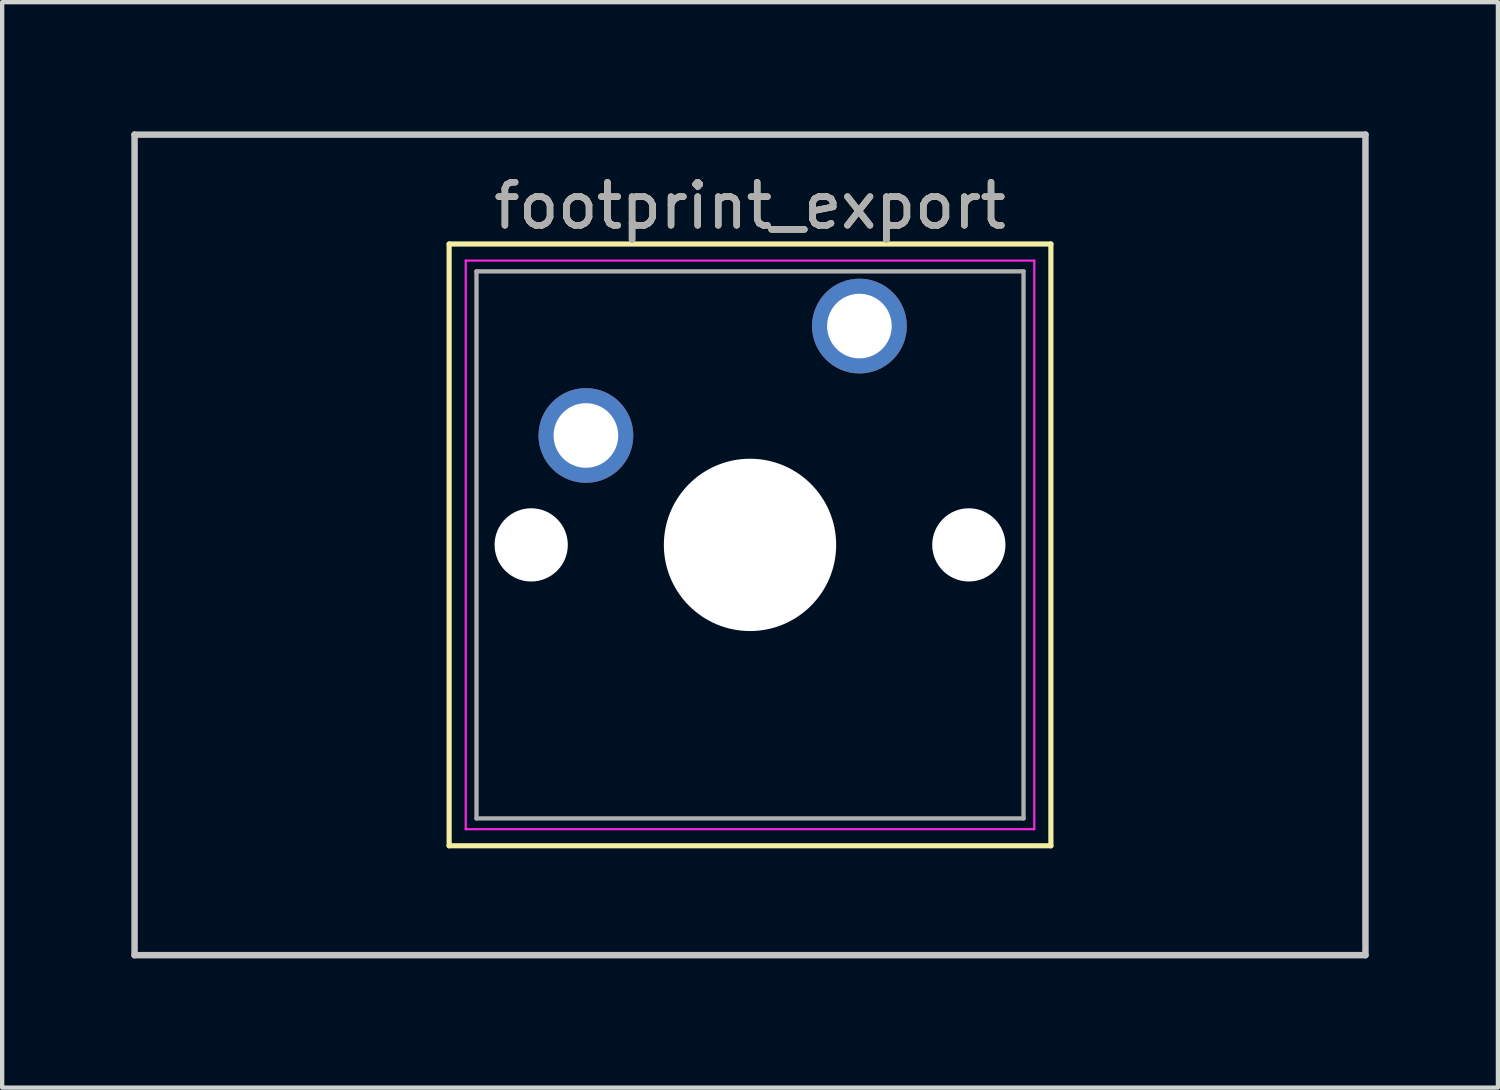
<source format=kicad_pcb>
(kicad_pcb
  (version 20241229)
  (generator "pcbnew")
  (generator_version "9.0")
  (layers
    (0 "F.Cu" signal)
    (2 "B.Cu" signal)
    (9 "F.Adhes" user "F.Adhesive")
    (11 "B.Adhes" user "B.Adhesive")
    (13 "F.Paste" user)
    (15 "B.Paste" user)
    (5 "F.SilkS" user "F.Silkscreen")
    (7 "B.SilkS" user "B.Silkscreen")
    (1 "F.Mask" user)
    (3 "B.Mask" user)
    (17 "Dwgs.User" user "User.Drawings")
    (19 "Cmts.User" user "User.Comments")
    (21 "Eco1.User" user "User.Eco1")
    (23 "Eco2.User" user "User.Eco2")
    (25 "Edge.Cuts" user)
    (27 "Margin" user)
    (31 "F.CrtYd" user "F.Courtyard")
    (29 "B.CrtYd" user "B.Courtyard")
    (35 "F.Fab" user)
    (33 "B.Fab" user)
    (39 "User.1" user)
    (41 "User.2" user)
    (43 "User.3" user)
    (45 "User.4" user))
  (footprint "footprint_export"
    (layer "F.Cu")
    (at 16.902 4.52)
    (property "Reference" "footprint_export" (at -2.54 -2.794 0) (layer "F.SilkS") (effects (font (size 1 1) (thickness 0.15))))
    (attr through_hole)
    (fp_line (start -9.525 -1.905) (end 4.445 -1.905) (stroke (width 0.12) (type solid)) (layer "F.SilkS"))
    (fp_line (start -9.525 12.065) (end -9.525 -1.905) (stroke (width 0.12) (type solid)) (layer "F.SilkS"))
    (fp_line (start 4.445 -1.905) (end 4.445 12.065) (stroke (width 0.12) (type solid)) (layer "F.SilkS"))
    (fp_line (start 4.445 12.065) (end -9.525 12.065) (stroke (width 0.12) (type solid)) (layer "F.SilkS"))
    (fp_line (start -16.828 -4.445) (end 11.748 -4.445) (stroke (width 0.15) (type solid)) (layer "Dwgs.User"))
    (fp_line (start -16.828 14.605) (end -16.828 -4.445) (stroke (width 0.15) (type solid)) (layer "Dwgs.User"))
    (fp_line (start 11.748 -4.445) (end 11.748 14.605) (stroke (width 0.15) (type solid)) (layer "Dwgs.User"))
    (fp_line (start 11.748 14.605) (end -16.828 14.605) (stroke (width 0.15) (type solid)) (layer "Dwgs.User"))
    (fp_line (start -9.14 -1.52) (end 4.06 -1.52) (stroke (width 0.05) (type solid)) (layer "F.CrtYd"))
    (fp_line (start -9.14 11.68) (end -9.14 -1.52) (stroke (width 0.05) (type solid)) (layer "F.CrtYd"))
    (fp_line (start 4.06 -1.52) (end 4.06 11.68) (stroke (width 0.05) (type solid)) (layer "F.CrtYd"))
    (fp_line (start 4.06 11.68) (end -9.14 11.68) (stroke (width 0.05) (type solid)) (layer "F.CrtYd"))
    (fp_line (start -8.89 -1.27) (end 3.81 -1.27) (stroke (width 0.1) (type solid)) (layer "F.Fab"))
    (fp_line (start -8.89 11.43) (end -8.89 -1.27) (stroke (width 0.1) (type solid)) (layer "F.Fab"))
    (fp_line (start 3.81 -1.27) (end 3.81 11.43) (stroke (width 0.1) (type solid)) (layer "F.Fab"))
    (fp_line (start 3.81 11.43) (end -8.89 11.43) (stroke (width 0.1) (type solid)) (layer "F.Fab"))
    (fp_text user "${REFERENCE}" (at -2.54 -2.794 0) (layer "F.Fab") (effects (font (size 1 1) (thickness 0.15))))
    (pad "" np_thru_hole circle (at -7.62 5.08) (size 1.7 1.7) (drill 1.7) (layers "*.Cu" "*.Mask"))
    (pad "" np_thru_hole circle (at -2.54 5.08) (size 4 4) (drill 4) (layers "*.Cu" "*.Mask"))
    (pad "" np_thru_hole circle (at 2.54 5.08) (size 1.7 1.7) (drill 1.7) (layers "*.Cu" "*.Mask"))
    (pad "1" thru_hole circle (at 0 0) (size 2.2 2.2) (drill 1.5) (layers "*.Cu" "*.Mask"))
    (pad "2" thru_hole circle (at -6.35 2.54) (size 2.2 2.2) (drill 1.5) (layers "*.Cu" "*.Mask")))
  (gr_rect
    (start -3 -3)
    (end 31.725 22.2)
    (stroke (width 0.1) (type default))
    (fill no)
    (layer "Edge.Cuts")))
</source>
